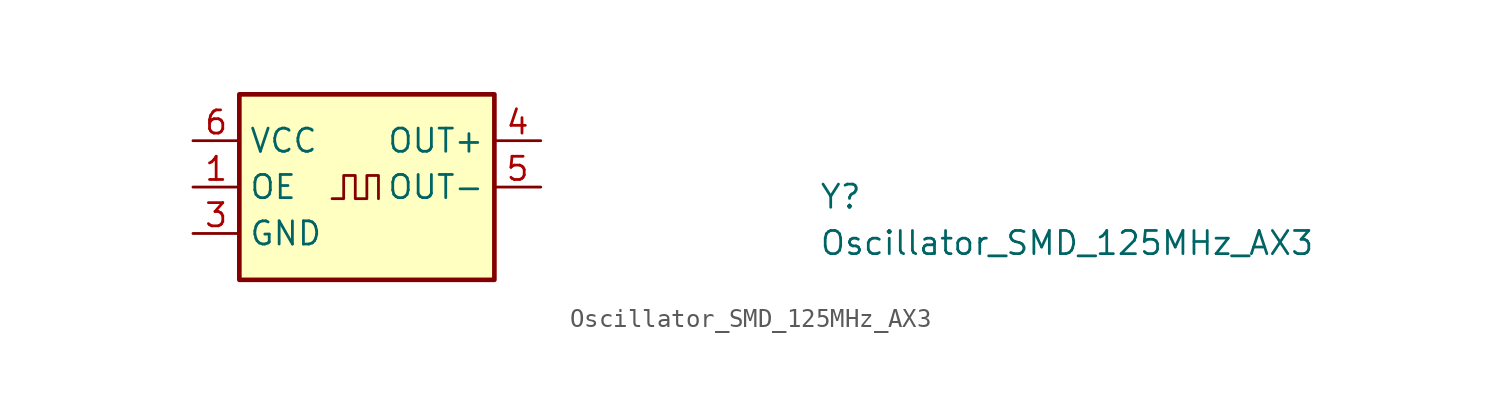
<source format=kicad_sym>
(kicad_symbol_lib
  (version 20211014)
  (generator kicad_symbol_editor)
  (symbol "Oscillator_SMD_125MHz_AX3"
    (property "Reference" "Y"
      (at 34.29 -3.81 0)
      (effects (font (size 1.27 1.27) (thickness 0.15)) (justify left bottom)))
    (property "Value" "Oscillator_SMD_125MHz_AX3"
      (at 34.29 -6.35 0)
      (effects (font (size 1.27 1.27) (thickness 0.15)) (justify left bottom)))
    (symbol "Oscillator_SMD_125MHz_AX3_0_1"
      (polyline (pts (xy 7.62 -3.175) (xy 8.255 -3.175) (xy 8.255 -1.905) (xy 8.89 -1.905) (xy 8.89 -3.175) (xy 9.525 -3.175) (xy 9.525 -1.905) (xy 10.16 -1.905) (xy 10.16 -3.175)) (stroke (width 0) (type default) (color 0 0 0 0)) (fill (type none))))
    (symbol "Oscillator_SMD_125MHz_AX3_1_1"
      (rectangle (start 2.54 2.54) (end 16.51 -7.62) (stroke (width 0.254) (type default) (color 0 0 0 0)) (fill (type background)))
      (pin input line (at 0 -2.54 0) (length 2.54) (name "OE" (effects (font (size 1.27 1.27)))) (number "1" (effects (font (size 1.27 1.27)))))
      (pin no_connect line (at 16.51 -5.08 180) (length 2.54) hide (name "NC" (effects (font (size 1.27 1.27)))) (number "2" (effects (font (size 1.27 1.27)))))
      (pin power_in line (at 0 -5.08 0) (length 2.54) (name "GND" (effects (font (size 1.27 1.27)))) (number "3" (effects (font (size 1.27 1.27)))))
      (pin output line (at 19.05 0 180) (length 2.54) (name "OUT+" (effects (font (size 1.27 1.27)))) (number "4" (effects (font (size 1.27 1.27)))))
      (pin output line (at 19.05 -2.54 180) (length 2.54) (name "OUT-" (effects (font (size 1.27 1.27)))) (number "5" (effects (font (size 1.27 1.27)))))
      (pin power_in line (at 0 0 0) (length 2.54) (name "VCC" (effects (font (size 1.27 1.27)))) (number "6" (effects (font (size 1.27 1.27))))))))
</source>
